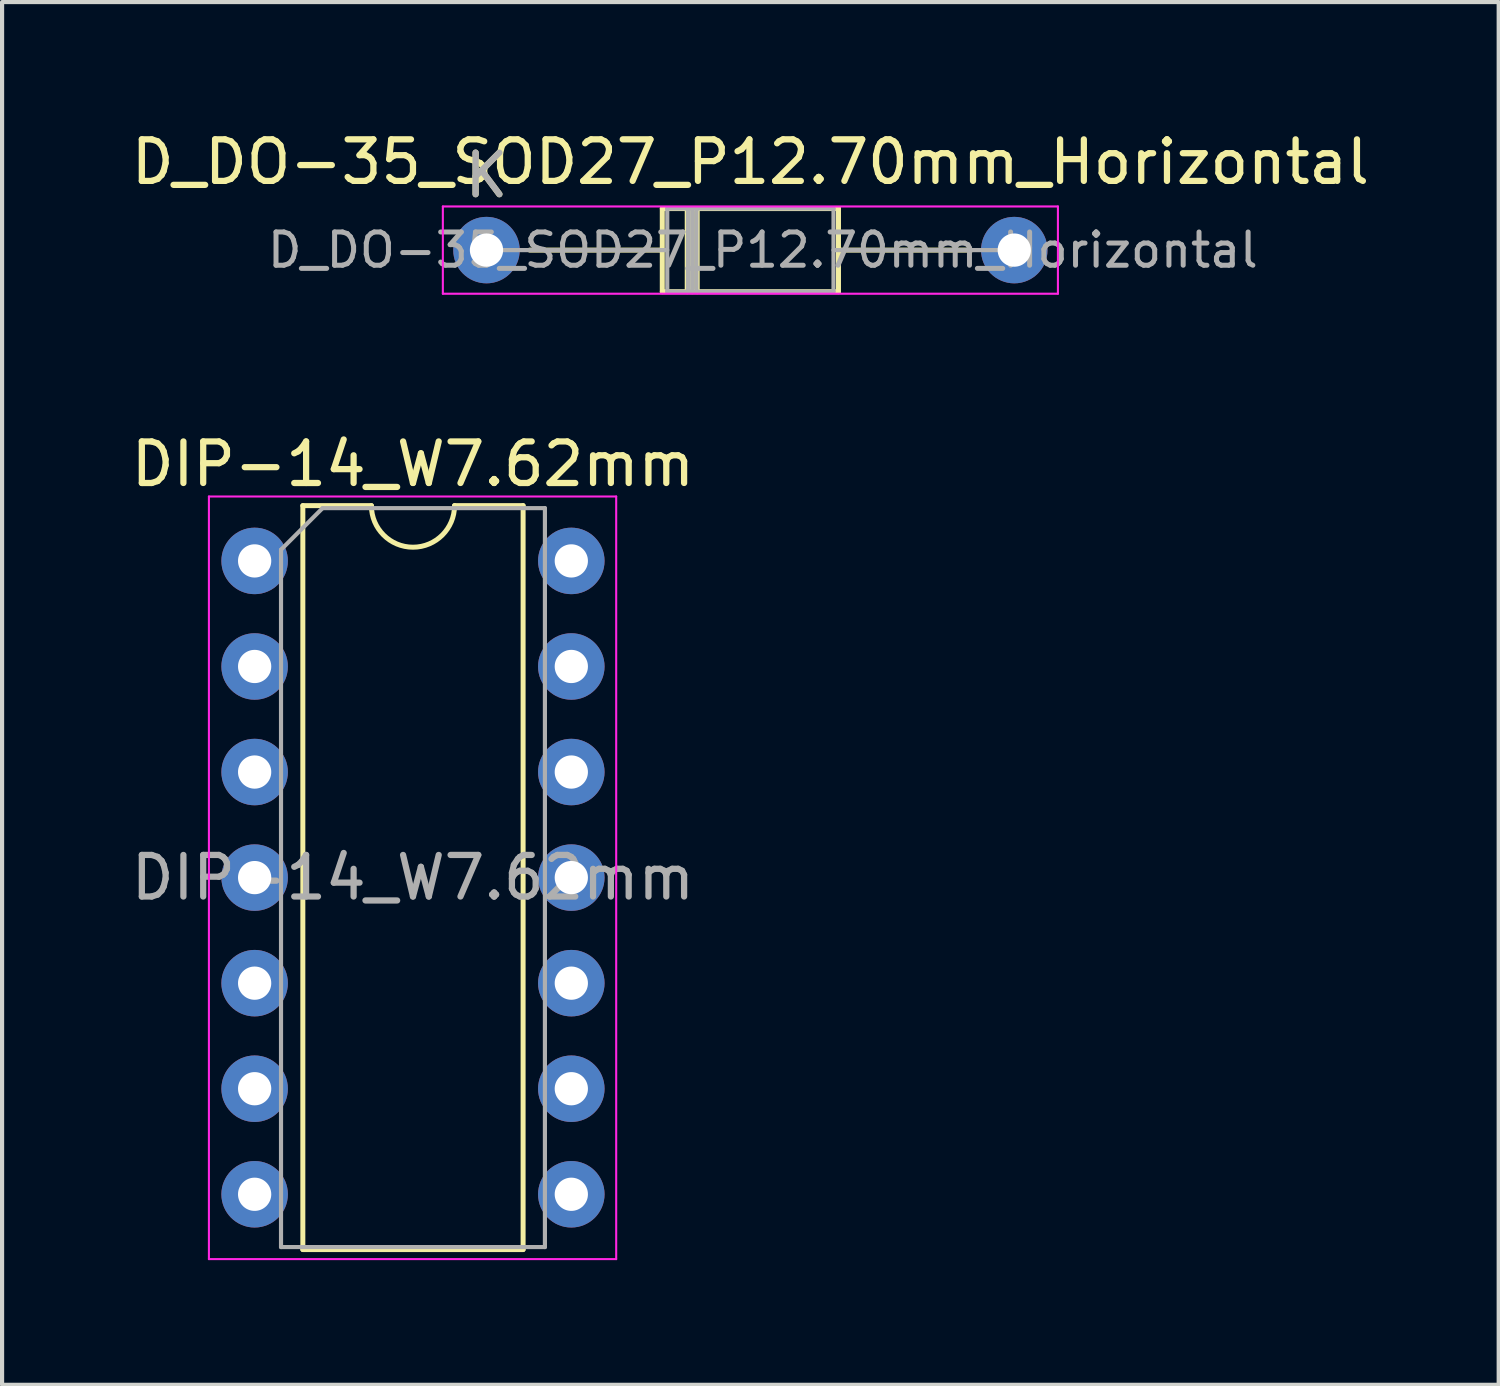
<source format=kicad_pcb>
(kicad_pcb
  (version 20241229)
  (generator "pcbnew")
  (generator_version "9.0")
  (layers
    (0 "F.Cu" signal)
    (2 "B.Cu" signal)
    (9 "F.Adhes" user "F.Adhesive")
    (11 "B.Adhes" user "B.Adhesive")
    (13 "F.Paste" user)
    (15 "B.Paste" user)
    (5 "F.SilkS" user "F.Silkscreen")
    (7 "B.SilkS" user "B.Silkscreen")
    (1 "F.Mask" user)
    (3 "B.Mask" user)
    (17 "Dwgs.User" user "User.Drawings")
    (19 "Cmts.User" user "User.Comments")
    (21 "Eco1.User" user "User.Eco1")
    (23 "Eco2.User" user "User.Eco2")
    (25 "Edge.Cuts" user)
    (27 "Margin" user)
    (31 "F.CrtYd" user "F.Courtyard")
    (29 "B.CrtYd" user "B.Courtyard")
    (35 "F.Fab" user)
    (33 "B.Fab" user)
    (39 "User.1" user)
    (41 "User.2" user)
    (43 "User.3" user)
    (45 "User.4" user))
  (footprint "DIP-14_W7.62mm"
    (layer "F.Cu")
    (at 3.077 10.447)
    (property "Reference" "DIP-14_W7.62mm" (at 3.81 -2.33 0) (layer "F.SilkS") (effects (font (size 1 1) (thickness 0.15))))
    (attr through_hole)
    (fp_rect (start 1.2 0) (end -1.2 15.24) (stroke (width 0) (type solid)) (fill yes) (layer "F.Mask"))
    (fp_rect (start 8.82 0) (end 6.42 15.24) (stroke (width 0) (type solid)) (fill yes) (layer "F.Mask"))
    (fp_circle (center 0 0) (end 1.2 0) (stroke (width 0) (type solid)) (fill yes) (layer "F.Mask"))
    (fp_circle (center 0 15.24) (end 1.2 15.24) (stroke (width 0) (type solid)) (fill yes) (layer "F.Mask"))
    (fp_circle (center 7.62 0) (end 8.82 0) (stroke (width 0) (type solid)) (fill yes) (layer "F.Mask"))
    (fp_circle (center 7.62 15.24) (end 8.82 15.24) (stroke (width 0) (type solid)) (fill yes) (layer "F.Mask"))
    (fp_rect (start -1.2 0) (end 1.2 15.24) (stroke (width 0) (type solid)) (fill yes) (layer "B.Mask"))
    (fp_rect (start 6.42 0) (end 8.82 15.24) (stroke (width 0) (type solid)) (fill yes) (layer "B.Mask"))
    (fp_circle (center 0 0) (end -1.2 0) (stroke (width 0) (type solid)) (fill yes) (layer "B.Mask"))
    (fp_circle (center 0 15.24) (end -1.2 15.24) (stroke (width 0) (type solid)) (fill yes) (layer "B.Mask"))
    (fp_circle (center 7.62 0) (end 6.42 0) (stroke (width 0) (type solid)) (fill yes) (layer "B.Mask"))
    (fp_circle (center 7.62 15.24) (end 6.42 15.24) (stroke (width 0) (type solid)) (fill yes) (layer "B.Mask"))
    (fp_line (start 1.16 -1.33) (end 1.16 16.57) (stroke (width 0.12) (type solid)) (layer "F.SilkS"))
    (fp_line (start 1.16 16.57) (end 6.46 16.57) (stroke (width 0.12) (type solid)) (layer "F.SilkS"))
    (fp_line (start 2.81 -1.33) (end 1.16 -1.33) (stroke (width 0.12) (type solid)) (layer "F.SilkS"))
    (fp_line (start 6.46 -1.33) (end 4.81 -1.33) (stroke (width 0.12) (type solid)) (layer "F.SilkS"))
    (fp_line (start 6.46 16.57) (end 6.46 -1.33) (stroke (width 0.12) (type solid)) (layer "F.SilkS"))
    (fp_arc (start 4.81 -1.33) (mid 3.81 -0.33) (end 2.81 -1.33) (stroke (width 0.12) (type solid)) (layer "F.SilkS"))
    (fp_line (start -1.1 -1.55) (end -1.1 16.8) (stroke (width 0.05) (type solid)) (layer "F.CrtYd"))
    (fp_line (start -1.1 16.8) (end 8.7 16.8) (stroke (width 0.05) (type solid)) (layer "F.CrtYd"))
    (fp_line (start 8.7 -1.55) (end -1.1 -1.55) (stroke (width 0.05) (type solid)) (layer "F.CrtYd"))
    (fp_line (start 8.7 16.8) (end 8.7 -1.55) (stroke (width 0.05) (type solid)) (layer "F.CrtYd"))
    (fp_line (start 0.635 -0.27) (end 1.635 -1.27) (stroke (width 0.1) (type solid)) (layer "F.Fab"))
    (fp_line (start 0.635 16.51) (end 0.635 -0.27) (stroke (width 0.1) (type solid)) (layer "F.Fab"))
    (fp_line (start 1.635 -1.27) (end 6.985 -1.27) (stroke (width 0.1) (type solid)) (layer "F.Fab"))
    (fp_line (start 6.985 -1.27) (end 6.985 16.51) (stroke (width 0.1) (type solid)) (layer "F.Fab"))
    (fp_line (start 6.985 16.51) (end 0.635 16.51) (stroke (width 0.1) (type solid)) (layer "F.Fab"))
    (fp_text user "${REFERENCE}" (at 3.81 7.62 0) (layer "F.Fab") (effects (font (size 1 1) (thickness 0.15))))
    (pad "1" thru_hole oval (at 0 0) (size 1.6 1.6) (drill 0.8) (layers "*.Cu" "*.Mask"))
    (pad "2" thru_hole oval (at 0 2.54) (size 1.6 1.6) (drill 0.8) (layers "*.Cu" "*.Mask"))
    (pad "3" thru_hole oval (at 0 5.08) (size 1.6 1.6) (drill 0.8) (layers "*.Cu" "*.Mask"))
    (pad "4" thru_hole oval (at 0 7.62) (size 1.6 1.6) (drill 0.8) (layers "*.Cu" "*.Mask"))
    (pad "5" thru_hole oval (at 0 10.16) (size 1.6 1.6) (drill 0.8) (layers "*.Cu" "*.Mask"))
    (pad "6" thru_hole oval (at 0 12.7) (size 1.6 1.6) (drill 0.8) (layers "*.Cu" "*.Mask"))
    (pad "7" thru_hole oval (at 0 15.24) (size 1.6 1.6) (drill 0.8) (layers "*.Cu" "*.Mask"))
    (pad "8" thru_hole oval (at 7.62 15.24) (size 1.6 1.6) (drill 0.8) (layers "*.Cu" "*.Mask"))
    (pad "9" thru_hole oval (at 7.62 12.7) (size 1.6 1.6) (drill 0.8) (layers "*.Cu" "*.Mask"))
    (pad "10" thru_hole oval (at 7.62 10.16) (size 1.6 1.6) (drill 0.8) (layers "*.Cu" "*.Mask"))
    (pad "11" thru_hole oval (at 7.62 7.62) (size 1.6 1.6) (drill 0.8) (layers "*.Cu" "*.Mask"))
    (pad "12" thru_hole oval (at 7.62 5.08) (size 1.6 1.6) (drill 0.8) (layers "*.Cu" "*.Mask"))
    (pad "13" thru_hole oval (at 7.62 2.54) (size 1.6 1.6) (drill 0.8) (layers "*.Cu" "*.Mask"))
    (pad "14" thru_hole oval (at 7.62 0) (size 1.6 1.6) (drill 0.8) (layers "*.Cu" "*.Mask")))
  (footprint "D_DO-35_SOD27_P12.70mm_Horizontal"
    (layer "F.Cu")
    (at 8.656 2.968)
    (property "Reference" "D_DO-35_SOD27_P12.70mm_Horizontal" (at 6.35 -2.12 0) (layer "F.SilkS") (effects (font (size 1 1) (thickness 0.15))))
    (attr through_hole)
    (fp_circle (center 0 0) (end 1.3 0) (stroke (width 0) (type solid)) (fill yes) (layer "B.Mask"))
    (fp_circle (center 12.7 0) (end 14 0) (stroke (width 0) (type solid)) (fill yes) (layer "B.Mask"))
    (fp_line (start 1.04 0) (end 4.23 0) (stroke (width 0.12) (type solid)) (layer "F.SilkS"))
    (fp_line (start 4.23 -1) (end 4.23 1) (stroke (width 0.12) (type solid)) (layer "F.SilkS"))
    (fp_line (start 4.23 1) (end 8.47 1) (stroke (width 0.12) (type solid)) (layer "F.SilkS"))
    (fp_line (start 4.83 -1) (end 4.83 1) (stroke (width 0.12) (type solid)) (layer "F.SilkS"))
    (fp_line (start 4.95 -1) (end 4.95 1) (stroke (width 0.12) (type solid)) (layer "F.SilkS"))
    (fp_line (start 5.07 -1) (end 5.07 1) (stroke (width 0.12) (type solid)) (layer "F.SilkS"))
    (fp_line (start 8.47 -1) (end 4.23 -1) (stroke (width 0.12) (type solid)) (layer "F.SilkS"))
    (fp_line (start 8.47 1) (end 8.47 -1) (stroke (width 0.12) (type solid)) (layer "F.SilkS"))
    (fp_line (start 11.66 0) (end 8.47 0) (stroke (width 0.12) (type solid)) (layer "F.SilkS"))
    (fp_line (start -1.05 -1.05) (end -1.05 1.05) (stroke (width 0.05) (type solid)) (layer "F.CrtYd"))
    (fp_line (start -1.05 1.05) (end 13.75 1.05) (stroke (width 0.05) (type solid)) (layer "F.CrtYd"))
    (fp_line (start 13.75 -1.05) (end -1.05 -1.05) (stroke (width 0.05) (type solid)) (layer "F.CrtYd"))
    (fp_line (start 13.75 1.05) (end 13.75 -1.05) (stroke (width 0.05) (type solid)) (layer "F.CrtYd"))
    (fp_line (start 0 0) (end 4.35 0) (stroke (width 0.1) (type solid)) (layer "F.Fab"))
    (fp_line (start 4.35 -1) (end 4.35 1) (stroke (width 0.1) (type solid)) (layer "F.Fab"))
    (fp_line (start 4.35 1) (end 8.35 1) (stroke (width 0.1) (type solid)) (layer "F.Fab"))
    (fp_line (start 4.85 -1) (end 4.85 1) (stroke (width 0.1) (type solid)) (layer "F.Fab"))
    (fp_line (start 4.95 -1) (end 4.95 1) (stroke (width 0.1) (type solid)) (layer "F.Fab"))
    (fp_line (start 5.05 -1) (end 5.05 1) (stroke (width 0.1) (type solid)) (layer "F.Fab"))
    (fp_line (start 8.35 -1) (end 4.35 -1) (stroke (width 0.1) (type solid)) (layer "F.Fab"))
    (fp_line (start 8.35 1) (end 8.35 -1) (stroke (width 0.1) (type solid)) (layer "F.Fab"))
    (fp_line (start 12.7 0) (end 8.35 0) (stroke (width 0.1) (type solid)) (layer "F.Fab"))
    (fp_text user "K" (at 0 -1.8 0) (layer "F.SilkS") (effects (font (size 1 1) (thickness 0.15))))
    (fp_text user "${REFERENCE}" (at 6.65 0 0) (layer "F.Fab") (effects (font (size 0.8 0.8) (thickness 0.12))))
    (fp_text user "K" (at 0 -1.8 0) (layer "F.Fab") (effects (font (size 1 1) (thickness 0.15))))
    (pad "1" thru_hole oval (at 0 0) (size 1.6 1.6) (drill 0.8) (layers "*.Cu" "*.Mask"))
    (pad "2" thru_hole oval (at 12.7 0) (size 1.6 1.6) (drill 0.8) (layers "*.Cu" "*.Mask")))
  (gr_rect
    (start -3 -3)
    (end 33.012 30.271)
    (stroke (width 0.1) (type default))
    (fill no)
    (layer "Edge.Cuts")))
</source>
